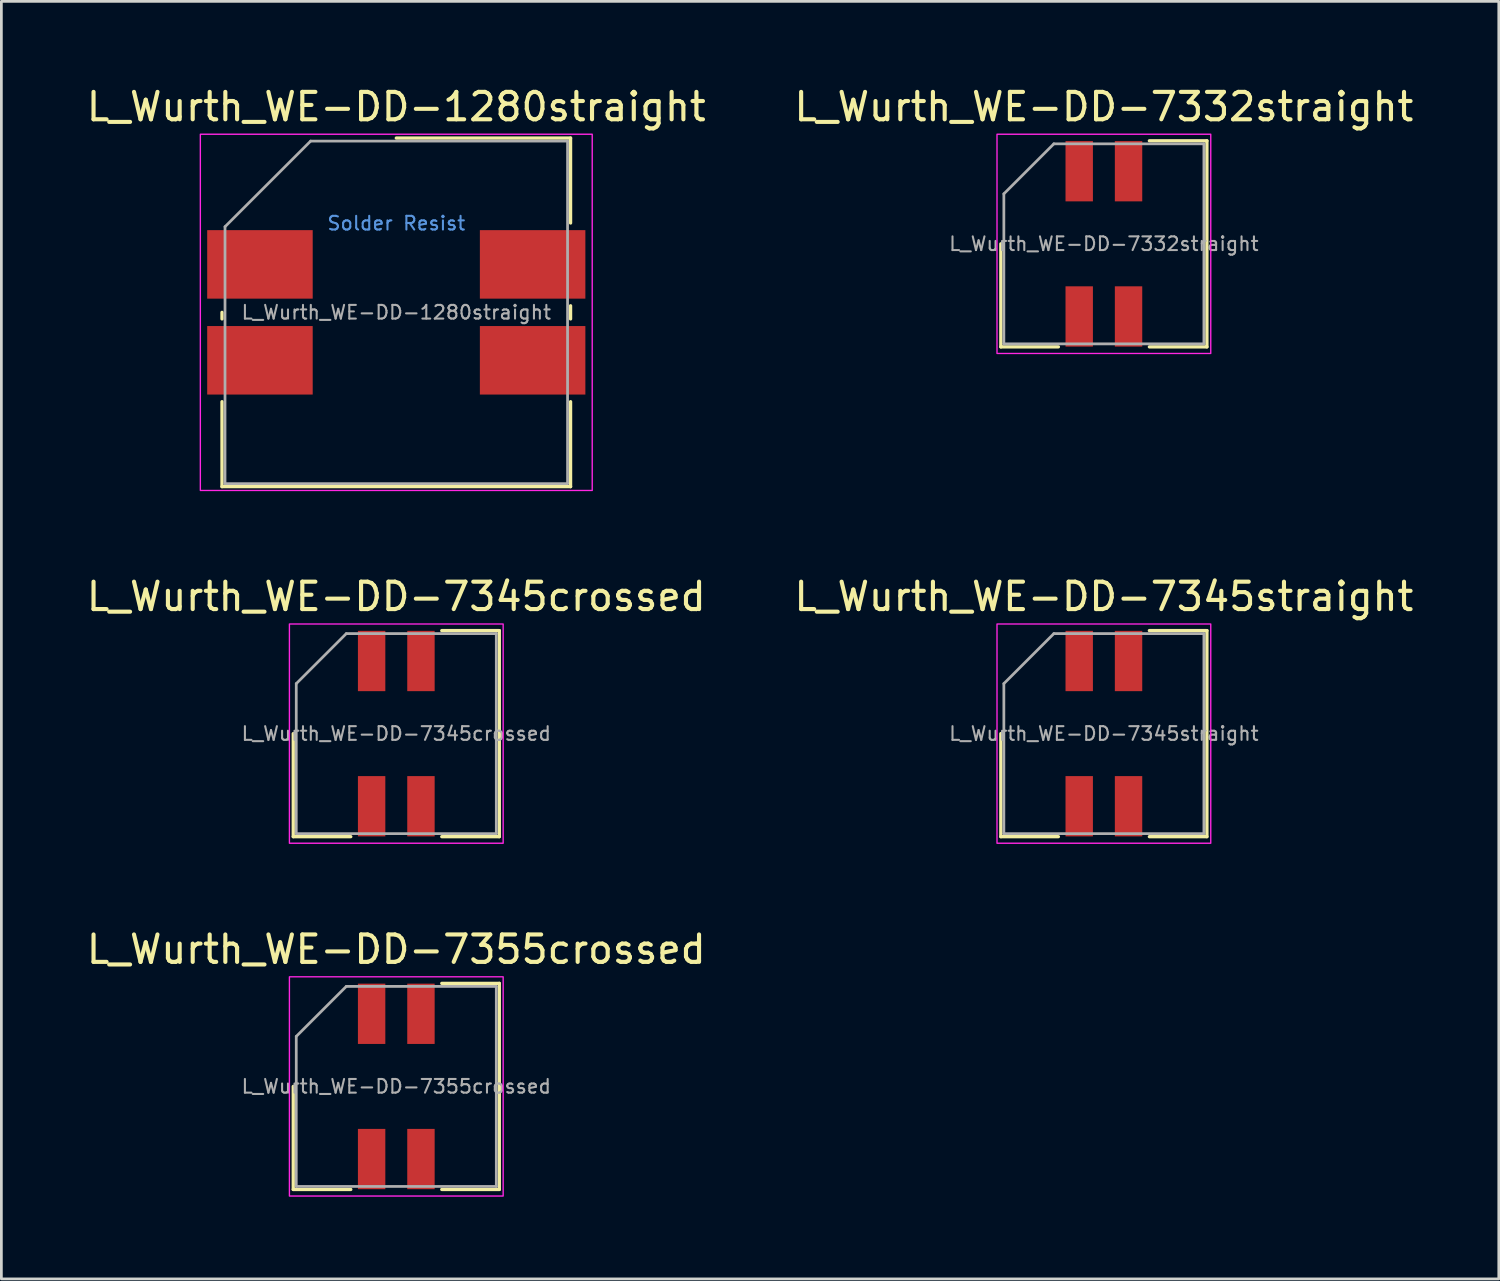
<source format=kicad_pcb>
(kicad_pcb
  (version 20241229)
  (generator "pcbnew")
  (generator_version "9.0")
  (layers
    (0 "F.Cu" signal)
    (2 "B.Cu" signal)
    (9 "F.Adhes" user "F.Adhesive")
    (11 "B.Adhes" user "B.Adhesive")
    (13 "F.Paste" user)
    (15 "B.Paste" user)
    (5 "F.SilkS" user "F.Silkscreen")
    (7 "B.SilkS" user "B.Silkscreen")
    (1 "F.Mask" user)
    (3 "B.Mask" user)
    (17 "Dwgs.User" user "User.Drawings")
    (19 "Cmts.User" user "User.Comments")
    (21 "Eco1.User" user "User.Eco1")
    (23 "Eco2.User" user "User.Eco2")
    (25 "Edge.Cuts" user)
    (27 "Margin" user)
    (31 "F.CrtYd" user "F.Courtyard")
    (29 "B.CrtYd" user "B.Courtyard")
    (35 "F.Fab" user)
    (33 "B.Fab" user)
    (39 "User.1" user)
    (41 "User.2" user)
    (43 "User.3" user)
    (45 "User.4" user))
  (footprint "L_Wurth_WE-DD-7332straight"
    (layer "F.Cu")
    (at 37.232 5.848)
    (property "Reference" "L_Wurth_WE-DD-7332straight" (at 0 -5 0) (unlocked yes) (layer "F.SilkS") (effects (font (size 1 1) (thickness 0.15))))
    (attr smd)
    (fp_line (start -3.76 3.76) (end -3.76 0) (stroke (width 0.12) (type solid)) (layer "F.SilkS"))
    (fp_line (start -3.76 3.76) (end -1.66 3.76) (stroke (width 0.12) (type solid)) (layer "F.SilkS"))
    (fp_line (start 3.76 -3.76) (end 1.66 -3.76) (stroke (width 0.12) (type solid)) (layer "F.SilkS"))
    (fp_line (start 3.76 -3.76) (end 3.76 3.76) (stroke (width 0.12) (type solid)) (layer "F.SilkS"))
    (fp_line (start 3.76 3.76) (end 1.66 3.76) (stroke (width 0.12) (type solid)) (layer "F.SilkS"))
    (fp_rect (start -3.9 -4) (end 3.9 4) (stroke (width 0.05) (type solid)) (fill no) (layer "F.CrtYd"))
    (fp_line (start -3.65 -1.825) (end -3.65 3.65) (stroke (width 0.1) (type solid)) (layer "F.Fab"))
    (fp_line (start -3.65 3.65) (end 3.65 3.65) (stroke (width 0.1) (type solid)) (layer "F.Fab"))
    (fp_line (start -1.825 -3.65) (end -3.65 -1.825) (stroke (width 0.1) (type solid)) (layer "F.Fab"))
    (fp_line (start 3.65 -3.65) (end -1.825 -3.65) (stroke (width 0.1) (type solid)) (layer "F.Fab"))
    (fp_line (start 3.65 3.65) (end 3.65 -3.65) (stroke (width 0.1) (type solid)) (layer "F.Fab"))
    (fp_text user "${REFERENCE}" (at 0 0 0) (unlocked yes) (layer "F.Fab") (effects (font (size 0.5 0.5) (thickness 0.075))))
    (pad "1" smd rect (at -0.9 -2.65) (size 1 2.2) (layers "F.Cu" "F.Mask" "F.Paste"))
    (pad "2" smd rect (at -0.9 2.65) (size 1 2.2) (layers "F.Cu" "F.Mask" "F.Paste"))
    (pad "3" smd rect (at 0.9 2.65) (size 1 2.2) (layers "F.Cu" "F.Mask" "F.Paste"))
    (pad "4" smd rect (at 0.9 -2.65) (size 1 2.2) (layers "F.Cu" "F.Mask" "F.Paste")))
  (footprint "L_Wurth_WE-DD-7345straight"
    (layer "F.Cu")
    (at 37.232 23.721)
    (property "Reference" "L_Wurth_WE-DD-7345straight" (at 0 -5 0) (unlocked yes) (layer "F.SilkS") (effects (font (size 1 1) (thickness 0.15))))
    (attr smd)
    (fp_line (start -3.76 3.76) (end -3.76 0) (stroke (width 0.12) (type solid)) (layer "F.SilkS"))
    (fp_line (start -3.76 3.76) (end -1.66 3.76) (stroke (width 0.12) (type solid)) (layer "F.SilkS"))
    (fp_line (start 3.76 -3.76) (end 1.66 -3.76) (stroke (width 0.12) (type solid)) (layer "F.SilkS"))
    (fp_line (start 3.76 -3.76) (end 3.76 3.76) (stroke (width 0.12) (type solid)) (layer "F.SilkS"))
    (fp_line (start 3.76 3.76) (end 1.66 3.76) (stroke (width 0.12) (type solid)) (layer "F.SilkS"))
    (fp_rect (start -3.9 -4) (end 3.9 4) (stroke (width 0.05) (type solid)) (fill no) (layer "F.CrtYd"))
    (fp_line (start -3.65 -1.825) (end -3.65 3.65) (stroke (width 0.1) (type solid)) (layer "F.Fab"))
    (fp_line (start -3.65 3.65) (end 3.65 3.65) (stroke (width 0.1) (type solid)) (layer "F.Fab"))
    (fp_line (start -1.825 -3.65) (end -3.65 -1.825) (stroke (width 0.1) (type solid)) (layer "F.Fab"))
    (fp_line (start 3.65 -3.65) (end -1.825 -3.65) (stroke (width 0.1) (type solid)) (layer "F.Fab"))
    (fp_line (start 3.65 3.65) (end 3.65 -3.65) (stroke (width 0.1) (type solid)) (layer "F.Fab"))
    (fp_text user "${REFERENCE}" (at 0 0 0) (unlocked yes) (layer "F.Fab") (effects (font (size 0.5 0.5) (thickness 0.075))))
    (pad "1" smd rect (at -0.9 -2.65) (size 1 2.2) (layers "F.Cu" "F.Mask" "F.Paste"))
    (pad "2" smd rect (at -0.9 2.65) (size 1 2.2) (layers "F.Cu" "F.Mask" "F.Paste"))
    (pad "3" smd rect (at 0.9 2.65) (size 1 2.2) (layers "F.Cu" "F.Mask" "F.Paste"))
    (pad "4" smd rect (at 0.9 -2.65) (size 1 2.2) (layers "F.Cu" "F.Mask" "F.Paste")))
  (footprint "L_Wurth_WE-DD-7345crossed"
    (layer "F.Cu")
    (at 11.411 23.721)
    (property "Reference" "L_Wurth_WE-DD-7345crossed" (at 0 -5 0) (unlocked yes) (layer "F.SilkS") (effects (font (size 1 1) (thickness 0.15))))
    (attr smd)
    (fp_line (start -3.76 3.76) (end -3.76 0) (stroke (width 0.12) (type solid)) (layer "F.SilkS"))
    (fp_line (start -3.76 3.76) (end -1.66 3.76) (stroke (width 0.12) (type solid)) (layer "F.SilkS"))
    (fp_line (start 3.76 -3.76) (end 1.66 -3.76) (stroke (width 0.12) (type solid)) (layer "F.SilkS"))
    (fp_line (start 3.76 -3.76) (end 3.76 3.76) (stroke (width 0.12) (type solid)) (layer "F.SilkS"))
    (fp_line (start 3.76 3.76) (end 1.66 3.76) (stroke (width 0.12) (type solid)) (layer "F.SilkS"))
    (fp_rect (start -3.9 -4) (end 3.9 4) (stroke (width 0.05) (type solid)) (fill no) (layer "F.CrtYd"))
    (fp_line (start -3.65 -1.825) (end -3.65 3.65) (stroke (width 0.1) (type solid)) (layer "F.Fab"))
    (fp_line (start -3.65 3.65) (end 3.65 3.65) (stroke (width 0.1) (type solid)) (layer "F.Fab"))
    (fp_line (start -1.825 -3.65) (end -3.65 -1.825) (stroke (width 0.1) (type solid)) (layer "F.Fab"))
    (fp_line (start 3.65 -3.65) (end -1.825 -3.65) (stroke (width 0.1) (type solid)) (layer "F.Fab"))
    (fp_line (start 3.65 3.65) (end 3.65 -3.65) (stroke (width 0.1) (type solid)) (layer "F.Fab"))
    (fp_text user "${REFERENCE}" (at 0 0 0) (unlocked yes) (layer "F.Fab") (effects (font (size 0.5 0.5) (thickness 0.075))))
    (pad "1" smd rect (at -0.9 -2.65) (size 1 2.2) (layers "F.Cu" "F.Mask" "F.Paste"))
    (pad "2" smd rect (at -0.9 2.65) (size 1 2.2) (layers "F.Cu" "F.Mask" "F.Paste"))
    (pad "3" smd rect (at 0.9 2.65) (size 1 2.2) (layers "F.Cu" "F.Mask" "F.Paste"))
    (pad "4" smd rect (at 0.9 -2.65) (size 1 2.2) (layers "F.Cu" "F.Mask" "F.Paste")))
  (footprint "L_Wurth_WE-DD-7355crossed"
    (layer "F.Cu")
    (at 11.411 36.595)
    (property "Reference" "L_Wurth_WE-DD-7355crossed" (at 0 -5 0) (unlocked yes) (layer "F.SilkS") (effects (font (size 1 1) (thickness 0.15))))
    (attr smd)
    (fp_line (start -3.76 3.76) (end -3.76 0) (stroke (width 0.12) (type solid)) (layer "F.SilkS"))
    (fp_line (start -3.76 3.76) (end -1.66 3.76) (stroke (width 0.12) (type solid)) (layer "F.SilkS"))
    (fp_line (start 3.76 -3.76) (end 1.66 -3.76) (stroke (width 0.12) (type solid)) (layer "F.SilkS"))
    (fp_line (start 3.76 -3.76) (end 3.76 3.76) (stroke (width 0.12) (type solid)) (layer "F.SilkS"))
    (fp_line (start 3.76 3.76) (end 1.66 3.76) (stroke (width 0.12) (type solid)) (layer "F.SilkS"))
    (fp_rect (start -3.9 -4) (end 3.9 4) (stroke (width 0.05) (type solid)) (fill no) (layer "F.CrtYd"))
    (fp_line (start -3.65 -1.825) (end -3.65 3.65) (stroke (width 0.1) (type solid)) (layer "F.Fab"))
    (fp_line (start -3.65 3.65) (end 3.65 3.65) (stroke (width 0.1) (type solid)) (layer "F.Fab"))
    (fp_line (start -1.825 -3.65) (end -3.65 -1.825) (stroke (width 0.1) (type solid)) (layer "F.Fab"))
    (fp_line (start 3.65 -3.65) (end -1.825 -3.65) (stroke (width 0.1) (type solid)) (layer "F.Fab"))
    (fp_line (start 3.65 3.65) (end 3.65 -3.65) (stroke (width 0.1) (type solid)) (layer "F.Fab"))
    (fp_text user "${REFERENCE}" (at 0 0 0) (unlocked yes) (layer "F.Fab") (effects (font (size 0.5 0.5) (thickness 0.075))))
    (pad "1" smd rect (at -0.9 -2.65) (size 1 2.2) (layers "F.Cu" "F.Mask" "F.Paste"))
    (pad "2" smd rect (at -0.9 2.65) (size 1 2.2) (layers "F.Cu" "F.Mask" "F.Paste"))
    (pad "3" smd rect (at 0.9 2.65) (size 1 2.2) (layers "F.Cu" "F.Mask" "F.Paste"))
    (pad "4" smd rect (at 0.9 -2.65) (size 1 2.2) (layers "F.Cu" "F.Mask" "F.Paste")))
  (footprint "L_Wurth_WE-DD-1280straight"
    (layer "F.Cu")
    (at 11.411 8.348)
    (property "Reference" "L_Wurth_WE-DD-1280straight" (at 0 -7.5 0) (unlocked yes) (layer "F.SilkS") (effects (font (size 1 1) (thickness 0.15))))
    (attr smd)
    (fp_line (start -6.36 0) (end -6.36 0.24) (stroke (width 0.12) (type solid)) (layer "F.SilkS"))
    (fp_line (start -6.36 6.36) (end -6.36 3.26) (stroke (width 0.12) (type solid)) (layer "F.SilkS"))
    (fp_line (start -6.36 6.36) (end 6.36 6.36) (stroke (width 0.12) (type solid)) (layer "F.SilkS"))
    (fp_line (start 0 -6.36) (end 6.36 -6.36) (stroke (width 0.12) (type solid)) (layer "F.SilkS"))
    (fp_line (start 6.36 -6.36) (end 6.36 -3.26) (stroke (width 0.12) (type solid)) (layer "F.SilkS"))
    (fp_line (start 6.36 -0.24) (end 6.36 0.24) (stroke (width 0.12) (type solid)) (layer "F.SilkS"))
    (fp_line (start 6.36 6.36) (end 6.36 3.26) (stroke (width 0.12) (type solid)) (layer "F.SilkS"))
    (fp_rect (start -7.15 -6.5) (end 7.15 6.5) (stroke (width 0.05) (type solid)) (fill no) (layer "F.CrtYd"))
    (fp_line (start -6.25 -3.125) (end -6.25 6.25) (stroke (width 0.1) (type solid)) (layer "F.Fab"))
    (fp_line (start -6.25 6.25) (end 6.25 6.25) (stroke (width 0.1) (type solid)) (layer "F.Fab"))
    (fp_line (start -3.125 -6.25) (end -6.25 -3.125) (stroke (width 0.1) (type solid)) (layer "F.Fab"))
    (fp_line (start 6.25 -6.25) (end -3.125 -6.25) (stroke (width 0.1) (type solid)) (layer "F.Fab"))
    (fp_line (start 6.25 6.25) (end 6.25 -6.25) (stroke (width 0.1) (type solid)) (layer "F.Fab"))
    (fp_text user "Solder Resist" (at 0 -3.25 0) (unlocked yes) (layer "Cmts.User") (effects (font (size 0.5 0.5) (thickness 0.075))))
    (fp_text user "${REFERENCE}" (at 0 0 0) (unlocked yes) (layer "F.Fab") (effects (font (size 0.5 0.5) (thickness 0.075))))
    (pad "1" smd rect (at -4.975 -1.75) (size 3.85 2.5) (layers "F.Cu" "F.Mask" "F.Paste"))
    (pad "2" smd rect (at -4.975 1.75) (size 3.85 2.5) (layers "F.Cu" "F.Mask" "F.Paste"))
    (pad "3" smd rect (at 4.975 1.75) (size 3.85 2.5) (layers "F.Cu" "F.Mask" "F.Paste"))
    (pad "4" smd rect (at 4.975 -1.75) (size 3.85 2.5) (layers "F.Cu" "F.Mask" "F.Paste"))
    (zone (net_name "") (layers "F.Cu" "Dwgs.User") (name "Solder Resist") (hatch full 0.1) (connect_pads) (min_thickness 0.25) (filled_areas_thickness no) (keepout (tracks not_allowed) (vias not_allowed) (pads not_allowed) (copperpour not_allowed) (footprints not_allowed)) (placement (enabled no)) (fill) (polygon (pts (xy 8.361 14.848) (xy 14.461 14.848) (xy 14.461 1.848) (xy 8.361 1.848)))))
  (gr_rect
    (start -3 -3)
    (end 51.643 43.62)
    (stroke (width 0.1) (type default))
    (fill no)
    (layer "Edge.Cuts")))
</source>
